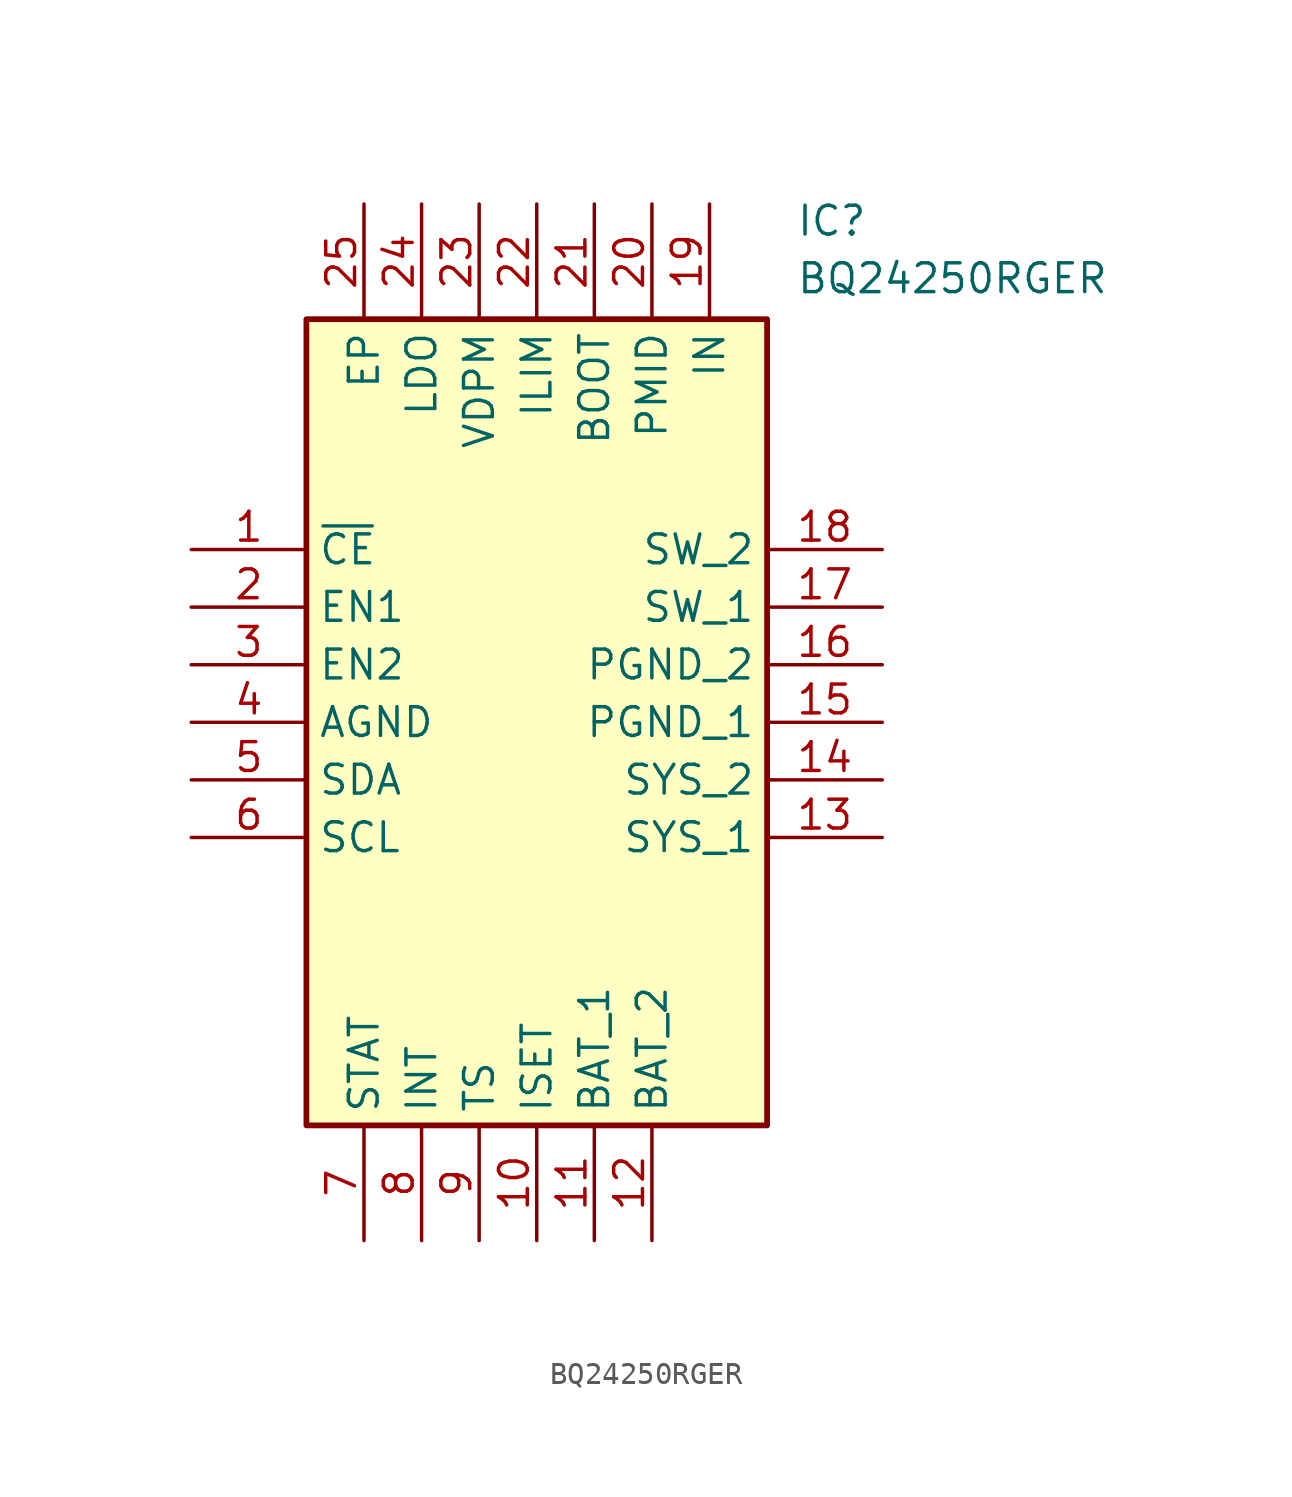
<source format=kicad_sym>
(kicad_symbol_lib
  (version 20211014)
  (generator SamacSys_ECAD_Model)
  (symbol "BQ24250RGER"
    (property "Reference" "IC"
      (at 26.67 15.24 0)
      (effects (font (size 1.27 1.27)) (justify left top)))
    (property "Value" "BQ24250RGER"
      (at 26.67 12.7 0)
      (effects (font (size 1.27 1.27)) (justify left top)))
    (rectangle
      (start 5.08 10.16)
      (end 25.4 -25.4)
      (stroke (width 0.254) (type default))
      (fill (type background)))
    (pin passive line
      (at 0 0 0)
      (length 5.08)
      (name "~{CE}" (effects (font (size 1.27 1.27))))
      (number "1" (effects (font (size 1.27 1.27)))))
    (pin passive line
      (at 0 -2.54 0)
      (length 5.08)
      (name "EN1" (effects (font (size 1.27 1.27))))
      (number "2" (effects (font (size 1.27 1.27)))))
    (pin passive line
      (at 0 -5.08 0)
      (length 5.08)
      (name "EN2" (effects (font (size 1.27 1.27))))
      (number "3" (effects (font (size 1.27 1.27)))))
    (pin passive line
      (at 0 -7.62 0)
      (length 5.08)
      (name "AGND" (effects (font (size 1.27 1.27))))
      (number "4" (effects (font (size 1.27 1.27)))))
    (pin passive line
      (at 0 -10.16 0)
      (length 5.08)
      (name "SDA" (effects (font (size 1.27 1.27))))
      (number "5" (effects (font (size 1.27 1.27)))))
    (pin passive line
      (at 0 -12.7 0)
      (length 5.08)
      (name "SCL" (effects (font (size 1.27 1.27))))
      (number "6" (effects (font (size 1.27 1.27)))))
    (pin passive line
      (at 7.62 -30.48 90)
      (length 5.08)
      (name "STAT" (effects (font (size 1.27 1.27))))
      (number "7" (effects (font (size 1.27 1.27)))))
    (pin passive line
      (at 10.16 -30.48 90)
      (length 5.08)
      (name "INT" (effects (font (size 1.27 1.27))))
      (number "8" (effects (font (size 1.27 1.27)))))
    (pin passive line
      (at 12.7 -30.48 90)
      (length 5.08)
      (name "TS" (effects (font (size 1.27 1.27))))
      (number "9" (effects (font (size 1.27 1.27)))))
    (pin passive line
      (at 15.24 -30.48 90)
      (length 5.08)
      (name "ISET" (effects (font (size 1.27 1.27))))
      (number "10" (effects (font (size 1.27 1.27)))))
    (pin passive line
      (at 17.78 -30.48 90)
      (length 5.08)
      (name "BAT_1" (effects (font (size 1.27 1.27))))
      (number "11" (effects (font (size 1.27 1.27)))))
    (pin passive line
      (at 20.32 -30.48 90)
      (length 5.08)
      (name "BAT_2" (effects (font (size 1.27 1.27))))
      (number "12" (effects (font (size 1.27 1.27)))))
    (pin passive line
      (at 30.48 0 180)
      (length 5.08)
      (name "SW_2" (effects (font (size 1.27 1.27))))
      (number "18" (effects (font (size 1.27 1.27)))))
    (pin passive line
      (at 30.48 -2.54 180)
      (length 5.08)
      (name "SW_1" (effects (font (size 1.27 1.27))))
      (number "17" (effects (font (size 1.27 1.27)))))
    (pin passive line
      (at 30.48 -5.08 180)
      (length 5.08)
      (name "PGND_2" (effects (font (size 1.27 1.27))))
      (number "16" (effects (font (size 1.27 1.27)))))
    (pin passive line
      (at 30.48 -7.62 180)
      (length 5.08)
      (name "PGND_1" (effects (font (size 1.27 1.27))))
      (number "15" (effects (font (size 1.27 1.27)))))
    (pin passive line
      (at 30.48 -10.16 180)
      (length 5.08)
      (name "SYS_2" (effects (font (size 1.27 1.27))))
      (number "14" (effects (font (size 1.27 1.27)))))
    (pin passive line
      (at 30.48 -12.7 180)
      (length 5.08)
      (name "SYS_1" (effects (font (size 1.27 1.27))))
      (number "13" (effects (font (size 1.27 1.27)))))
    (pin passive line
      (at 7.62 15.24 270)
      (length 5.08)
      (name "EP" (effects (font (size 1.27 1.27))))
      (number "25" (effects (font (size 1.27 1.27)))))
    (pin passive line
      (at 10.16 15.24 270)
      (length 5.08)
      (name "LDO" (effects (font (size 1.27 1.27))))
      (number "24" (effects (font (size 1.27 1.27)))))
    (pin passive line
      (at 12.7 15.24 270)
      (length 5.08)
      (name "VDPM" (effects (font (size 1.27 1.27))))
      (number "23" (effects (font (size 1.27 1.27)))))
    (pin passive line
      (at 15.24 15.24 270)
      (length 5.08)
      (name "ILIM" (effects (font (size 1.27 1.27))))
      (number "22" (effects (font (size 1.27 1.27)))))
    (pin passive line
      (at 17.78 15.24 270)
      (length 5.08)
      (name "BOOT" (effects (font (size 1.27 1.27))))
      (number "21" (effects (font (size 1.27 1.27)))))
    (pin passive line
      (at 20.32 15.24 270)
      (length 5.08)
      (name "PMID" (effects (font (size 1.27 1.27))))
      (number "20" (effects (font (size 1.27 1.27)))))
    (pin passive line
      (at 22.86 15.24 270)
      (length 5.08)
      (name "IN" (effects (font (size 1.27 1.27))))
      (number "19" (effects (font (size 1.27 1.27)))))))
</source>
